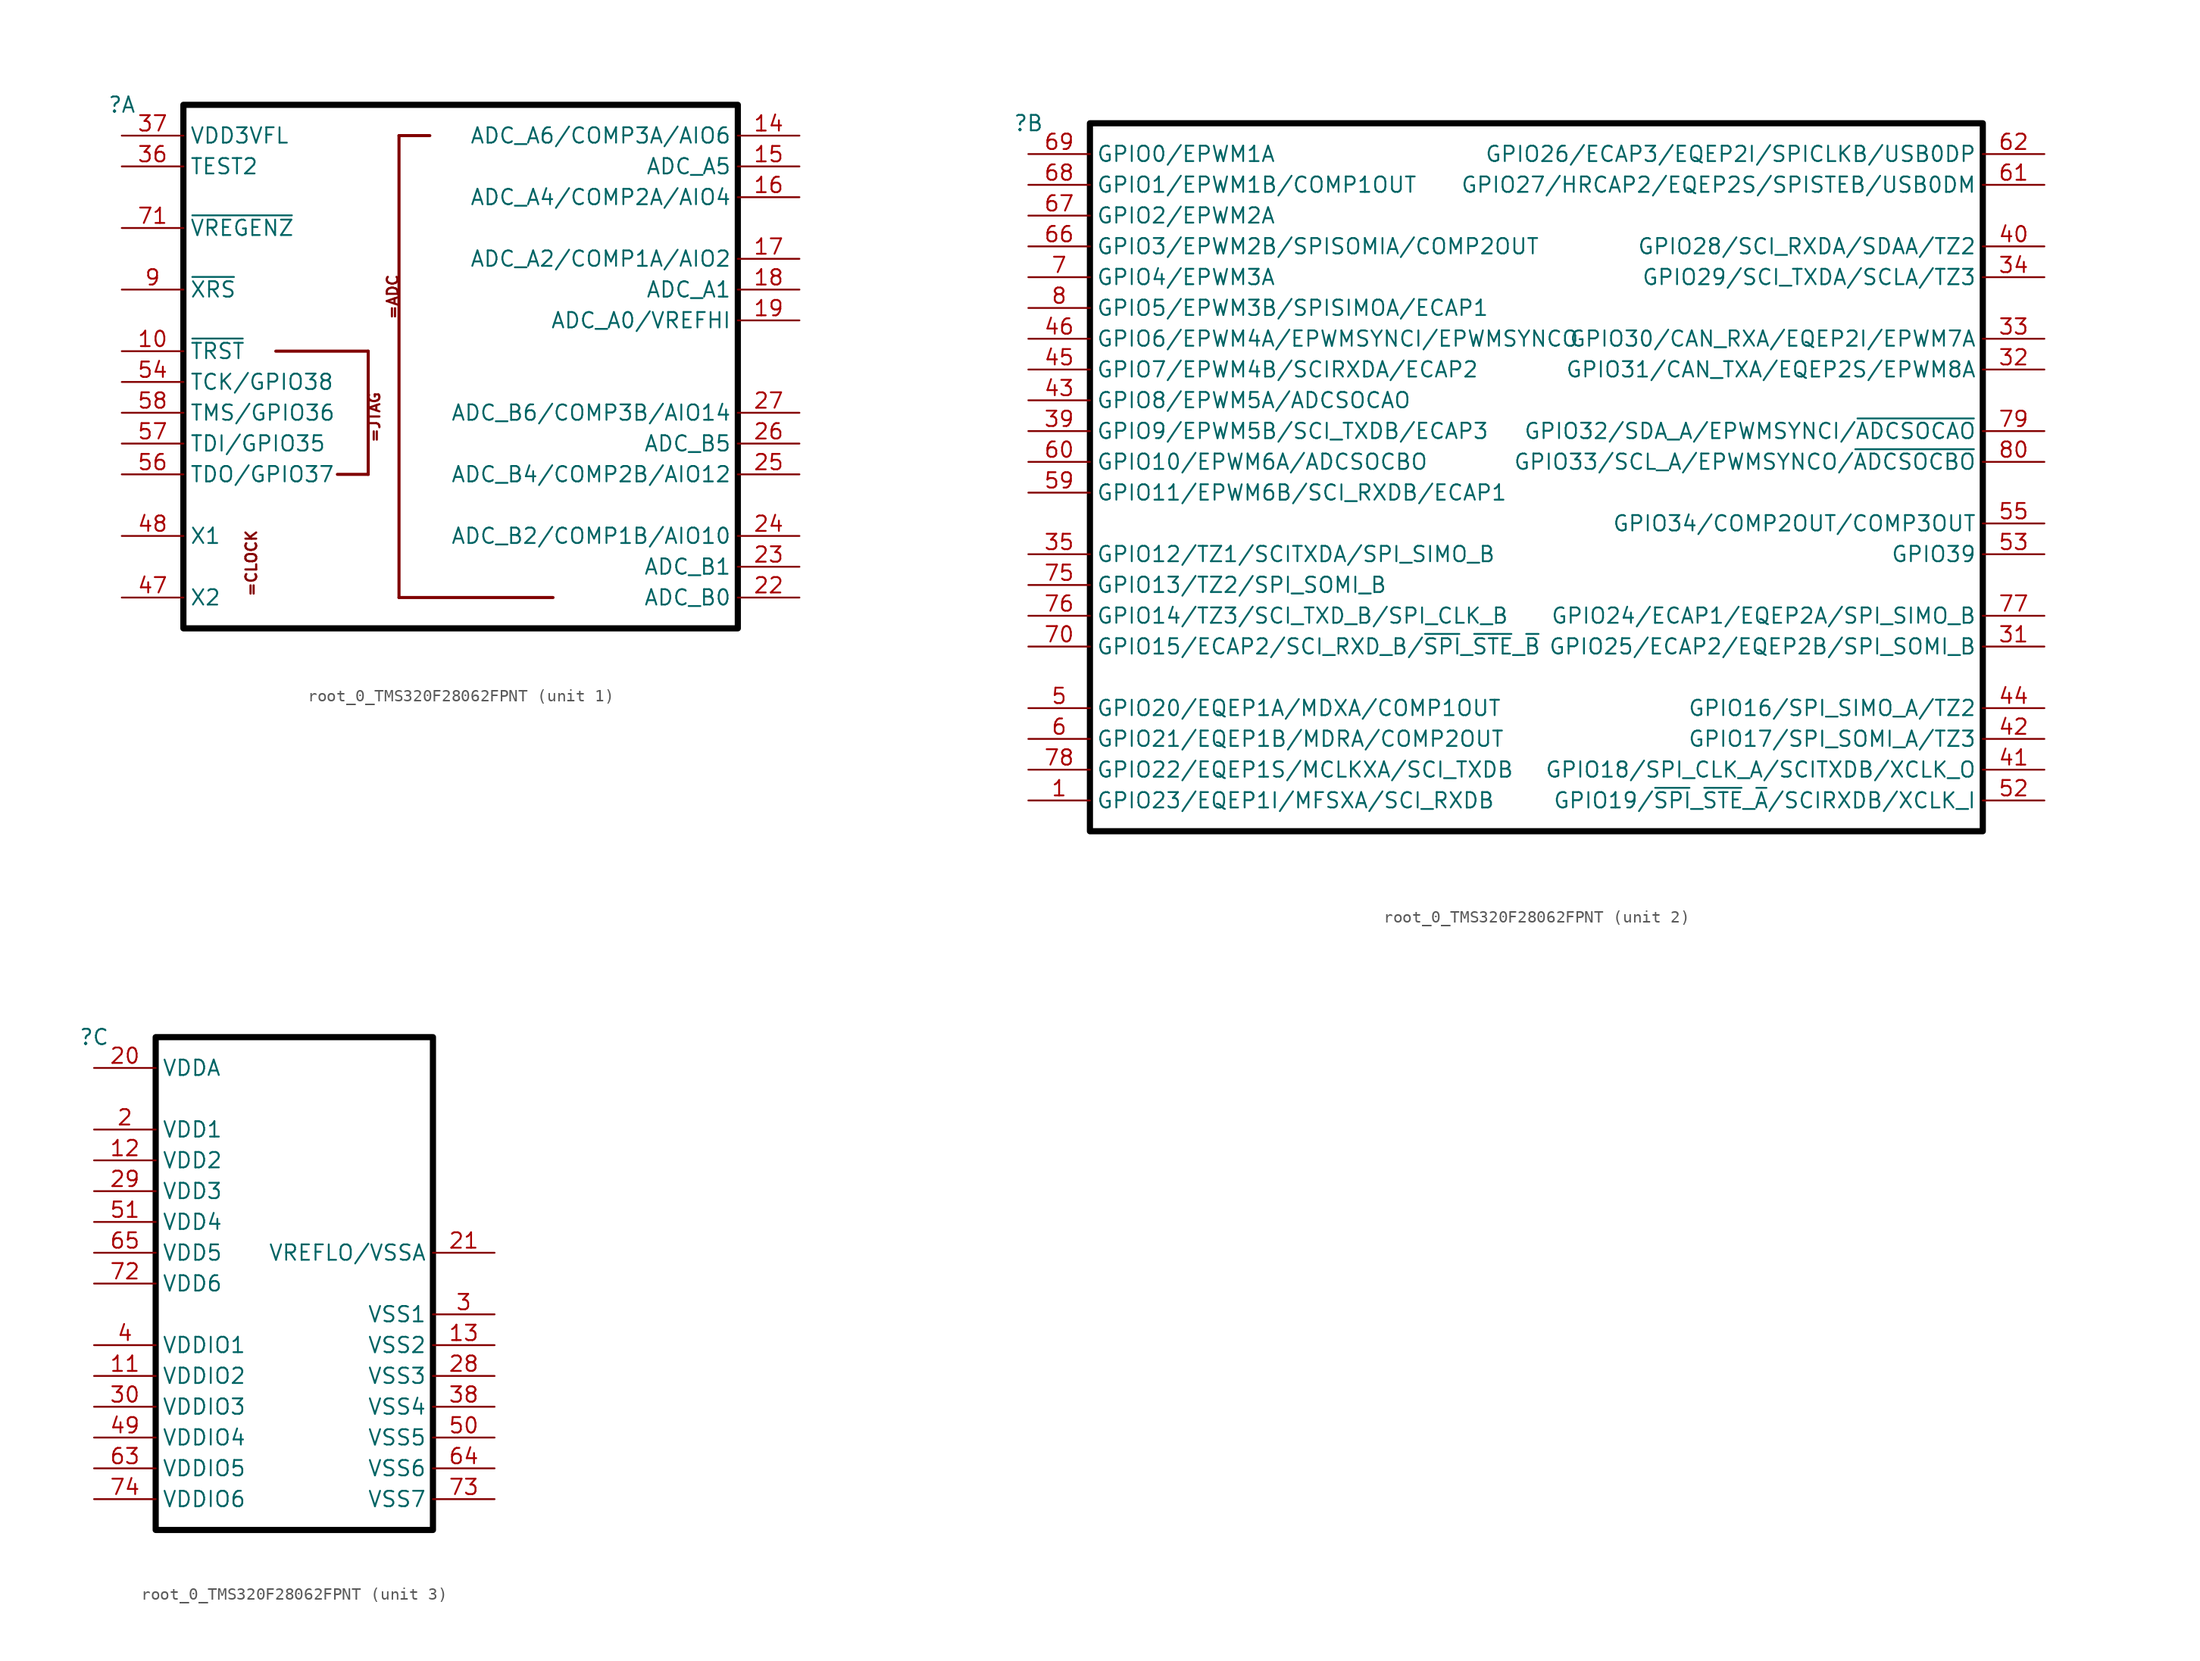
<source format=kicad_sym>
(kicad_symbol_lib
  (version 20220914)
  (generator kicad_symbol_editor)
  (symbol "root_0_TMS320F28062FPNT"
    (property "Reference" ""
      (at 0 0 0)
      (effects (font (size 1.27 1.27))))
    (property "Value" ""
      (at 0 0 0)
      (effects (font (size 1.27 1.27))))
    (symbol "root_0_TMS320F28062FPNT_1_0"
      (polyline (pts (xy 17.78 -30.48) (xy 20.32 -30.48)) (stroke (width 0.254) (type solid) (color 128 0 0 1)) (fill (type none)))
      (polyline (pts (xy 20.32 -30.48) (xy 20.32 -20.32)) (stroke (width 0.254) (type solid) (color 128 0 0 1)) (fill (type none)))
      (polyline (pts (xy 20.32 -20.32) (xy 12.7 -20.32)) (stroke (width 0.254) (type solid) (color 128 0 0 1)) (fill (type none)))
      (polyline (pts (xy 22.86 -2.54) (xy 22.86 -40.64)) (stroke (width 0.254) (type solid) (color 128 0 0 1)) (fill (type none)))
      (polyline (pts (xy 22.86 -2.54) (xy 25.4 -2.54)) (stroke (width 0.254) (type solid) (color 128 0 0 1)) (fill (type none)))
      (polyline (pts (xy 35.56 -40.64) (xy 22.86 -40.64)) (stroke (width 0.254) (type solid) (color 128 0 0 1)) (fill (type none)))
      (polyline (pts (xy 5.08 0) (xy 5.08 -43.18) (xy 50.8 -43.18) (xy 50.8 0) (xy 5.08 0)) (stroke (width 0.508) (type solid) (color 0 0 0 1)) (fill (type none)))
      (text "=ADC" (at 22.86 -17.78 900) (effects (font (size 0.889 0.889) bold) (justify left bottom)))
      (text "=CLOCK" (at 10.16 -40.64 900) (effects (font (size 0.889 0.889) bold) (justify left top)))
      (text "=JTAG" (at 20.32 -27.94 900) (effects (font (size 0.889 0.889) bold) (justify left top)))
      (pin passive line (at 0 -20.32 0) (length 5.08) (name "~{TRST}" (effects (font (size 1.27 1.27)))) (number "10" (effects (font (size 1.27 1.27)))))
      (pin passive line (at 55.88 -2.54 180) (length 5.08) (name "ADC_A6/COMP3A/AIO6" (effects (font (size 1.27 1.27)))) (number "14" (effects (font (size 1.27 1.27)))))
      (pin passive line (at 55.88 -5.08 180) (length 5.08) (name "ADC_A5" (effects (font (size 1.27 1.27)))) (number "15" (effects (font (size 1.27 1.27)))))
      (pin passive line (at 55.88 -7.62 180) (length 5.08) (name "ADC_A4/COMP2A/AIO4" (effects (font (size 1.27 1.27)))) (number "16" (effects (font (size 1.27 1.27)))))
      (pin passive line (at 55.88 -12.7 180) (length 5.08) (name "ADC_A2/COMP1A/AIO2" (effects (font (size 1.27 1.27)))) (number "17" (effects (font (size 1.27 1.27)))))
      (pin passive line (at 55.88 -15.24 180) (length 5.08) (name "ADC_A1" (effects (font (size 1.27 1.27)))) (number "18" (effects (font (size 1.27 1.27)))))
      (pin passive line (at 55.88 -17.78 180) (length 5.08) (name "ADC_A0/VREFHI" (effects (font (size 1.27 1.27)))) (number "19" (effects (font (size 1.27 1.27)))))
      (pin passive line (at 55.88 -40.64 180) (length 5.08) (name "ADC_B0" (effects (font (size 1.27 1.27)))) (number "22" (effects (font (size 1.27 1.27)))))
      (pin passive line (at 55.88 -38.1 180) (length 5.08) (name "ADC_B1" (effects (font (size 1.27 1.27)))) (number "23" (effects (font (size 1.27 1.27)))))
      (pin passive line (at 55.88 -35.56 180) (length 5.08) (name "ADC_B2/COMP1B/AIO10" (effects (font (size 1.27 1.27)))) (number "24" (effects (font (size 1.27 1.27)))))
      (pin passive line (at 55.88 -30.48 180) (length 5.08) (name "ADC_B4/COMP2B/AIO12" (effects (font (size 1.27 1.27)))) (number "25" (effects (font (size 1.27 1.27)))))
      (pin passive line (at 55.88 -27.94 180) (length 5.08) (name "ADC_B5" (effects (font (size 1.27 1.27)))) (number "26" (effects (font (size 1.27 1.27)))))
      (pin passive line (at 55.88 -25.4 180) (length 5.08) (name "ADC_B6/COMP3B/AIO14" (effects (font (size 1.27 1.27)))) (number "27" (effects (font (size 1.27 1.27)))))
      (pin output line (at 0 -5.08 0) (length 5.08) (name "TEST2" (effects (font (size 1.27 1.27)))) (number "36" (effects (font (size 1.27 1.27)))))
      (pin power_in line (at 0 -2.54 0) (length 5.08) (name "VDD3VFL" (effects (font (size 1.27 1.27)))) (number "37" (effects (font (size 1.27 1.27)))))
      (pin output line (at 0 -40.64 0) (length 5.08) (name "X2" (effects (font (size 1.27 1.27)))) (number "47" (effects (font (size 1.27 1.27)))))
      (pin passive line (at 0 -35.56 0) (length 5.08) (name "X1" (effects (font (size 1.27 1.27)))) (number "48" (effects (font (size 1.27 1.27)))))
      (pin passive line (at 0 -22.86 0) (length 5.08) (name "TCK/GPIO38" (effects (font (size 1.27 1.27)))) (number "54" (effects (font (size 1.27 1.27)))))
      (pin output line (at 0 -30.48 0) (length 5.08) (name "TDO/GPIO37" (effects (font (size 1.27 1.27)))) (number "56" (effects (font (size 1.27 1.27)))))
      (pin passive line (at 0 -27.94 0) (length 5.08) (name "TDI/GPIO35" (effects (font (size 1.27 1.27)))) (number "57" (effects (font (size 1.27 1.27)))))
      (pin passive line (at 0 -25.4 0) (length 5.08) (name "TMS/GPIO36" (effects (font (size 1.27 1.27)))) (number "58" (effects (font (size 1.27 1.27)))))
      (pin passive line (at 0 -10.16 0) (length 5.08) (name "~{VREGENZ}" (effects (font (size 1.27 1.27)))) (number "71" (effects (font (size 1.27 1.27)))))
      (pin passive line (at 0 -15.24 0) (length 5.08) (name "~{XRS}" (effects (font (size 1.27 1.27)))) (number "9" (effects (font (size 1.27 1.27))))))
    (symbol "root_0_TMS320F28062FPNT_2_0"
      (polyline (pts (xy 5.08 0) (xy 5.08 -58.42) (xy 78.74 -58.42) (xy 78.74 0) (xy 5.08 0)) (stroke (width 0.508) (type solid) (color 0 0 0 1)) (fill (type none)))
      (pin passive line (at 0 -55.88 0) (length 5.08) (name "GPIO23/EQEP1I/MFSXA/SCI_RXDB" (effects (font (size 1.27 1.27)))) (number "1" (effects (font (size 1.27 1.27)))))
      (pin passive line (at 83.82 -43.18 180) (length 5.08) (name "GPIO25/ECAP2/EQEP2B/SPI_SOMI_B" (effects (font (size 1.27 1.27)))) (number "31" (effects (font (size 1.27 1.27)))))
      (pin passive line (at 83.82 -20.32 180) (length 5.08) (name "GPIO31/CAN_TXA/EQEP2S/EPWM8A" (effects (font (size 1.27 1.27)))) (number "32" (effects (font (size 1.27 1.27)))))
      (pin passive line (at 83.82 -17.78 180) (length 5.08) (name "GPIO30/CAN_RXA/EQEP2I/EPWM7A" (effects (font (size 1.27 1.27)))) (number "33" (effects (font (size 1.27 1.27)))))
      (pin passive line (at 83.82 -12.7 180) (length 5.08) (name "GPIO29/SCI_TXDA/SCLA/TZ3" (effects (font (size 1.27 1.27)))) (number "34" (effects (font (size 1.27 1.27)))))
      (pin passive line (at 0 -35.56 0) (length 5.08) (name "GPIO12/TZ1/SCITXDA/SPI_SIMO_B" (effects (font (size 1.27 1.27)))) (number "35" (effects (font (size 1.27 1.27)))))
      (pin passive line (at 0 -25.4 0) (length 5.08) (name "GPIO9/EPWM5B/SCI_TXDB/ECAP3" (effects (font (size 1.27 1.27)))) (number "39" (effects (font (size 1.27 1.27)))))
      (pin passive line (at 83.82 -10.16 180) (length 5.08) (name "GPIO28/SCI_RXDA/SDAA/TZ2" (effects (font (size 1.27 1.27)))) (number "40" (effects (font (size 1.27 1.27)))))
      (pin passive line (at 83.82 -53.34 180) (length 5.08) (name "GPIO18/SPI_CLK_A/SCITXDB/XCLK_O" (effects (font (size 1.27 1.27)))) (number "41" (effects (font (size 1.27 1.27)))))
      (pin passive line (at 83.82 -50.8 180) (length 5.08) (name "GPIO17/SPI_SOMI_A/TZ3" (effects (font (size 1.27 1.27)))) (number "42" (effects (font (size 1.27 1.27)))))
      (pin passive line (at 0 -22.86 0) (length 5.08) (name "GPIO8/EPWM5A/ADCSOCAO" (effects (font (size 1.27 1.27)))) (number "43" (effects (font (size 1.27 1.27)))))
      (pin passive line (at 83.82 -48.26 180) (length 5.08) (name "GPIO16/SPI_SIMO_A/TZ2" (effects (font (size 1.27 1.27)))) (number "44" (effects (font (size 1.27 1.27)))))
      (pin passive line (at 0 -20.32 0) (length 5.08) (name "GPIO7/EPWM4B/SCIRXDA/ECAP2" (effects (font (size 1.27 1.27)))) (number "45" (effects (font (size 1.27 1.27)))))
      (pin passive line (at 0 -17.78 0) (length 5.08) (name "GPIO6/EPWM4A/EPWMSYNCI/EPWMSYNCO" (effects (font (size 1.27 1.27)))) (number "46" (effects (font (size 1.27 1.27)))))
      (pin passive line (at 0 -48.26 0) (length 5.08) (name "GPIO20/EQEP1A/MDXA/COMP1OUT" (effects (font (size 1.27 1.27)))) (number "5" (effects (font (size 1.27 1.27)))))
      (pin passive line (at 83.82 -55.88 180) (length 5.08) (name "GPIO19/~{SPI}_~{STE}_~{A}/SCIRXDB/XCLK_I" (effects (font (size 1.27 1.27)))) (number "52" (effects (font (size 1.27 1.27)))))
      (pin passive line (at 83.82 -35.56 180) (length 5.08) (name "GPIO39" (effects (font (size 1.27 1.27)))) (number "53" (effects (font (size 1.27 1.27)))))
      (pin passive line (at 83.82 -33.02 180) (length 5.08) (name "GPIO34/COMP2OUT/COMP3OUT" (effects (font (size 1.27 1.27)))) (number "55" (effects (font (size 1.27 1.27)))))
      (pin passive line (at 0 -30.48 0) (length 5.08) (name "GPIO11/EPWM6B/SCI_RXDB/ECAP1" (effects (font (size 1.27 1.27)))) (number "59" (effects (font (size 1.27 1.27)))))
      (pin passive line (at 0 -50.8 0) (length 5.08) (name "GPIO21/EQEP1B/MDRA/COMP2OUT" (effects (font (size 1.27 1.27)))) (number "6" (effects (font (size 1.27 1.27)))))
      (pin passive line (at 0 -27.94 0) (length 5.08) (name "GPIO10/EPWM6A/ADCSOCBO" (effects (font (size 1.27 1.27)))) (number "60" (effects (font (size 1.27 1.27)))))
      (pin passive line (at 83.82 -5.08 180) (length 5.08) (name "GPIO27/HRCAP2/EQEP2S/SPISTEB/USB0DM" (effects (font (size 1.27 1.27)))) (number "61" (effects (font (size 1.27 1.27)))))
      (pin passive line (at 83.82 -2.54 180) (length 5.08) (name "GPIO26/ECAP3/EQEP2I/SPICLKB/USB0DP" (effects (font (size 1.27 1.27)))) (number "62" (effects (font (size 1.27 1.27)))))
      (pin passive line (at 0 -10.16 0) (length 5.08) (name "GPIO3/EPWM2B/SPISOMIA/COMP2OUT" (effects (font (size 1.27 1.27)))) (number "66" (effects (font (size 1.27 1.27)))))
      (pin passive line (at 0 -7.62 0) (length 5.08) (name "GPIO2/EPWM2A" (effects (font (size 1.27 1.27)))) (number "67" (effects (font (size 1.27 1.27)))))
      (pin passive line (at 0 -5.08 0) (length 5.08) (name "GPIO1/EPWM1B/COMP1OUT" (effects (font (size 1.27 1.27)))) (number "68" (effects (font (size 1.27 1.27)))))
      (pin passive line (at 0 -2.54 0) (length 5.08) (name "GPIO0/EPWM1A" (effects (font (size 1.27 1.27)))) (number "69" (effects (font (size 1.27 1.27)))))
      (pin passive line (at 0 -12.7 0) (length 5.08) (name "GPIO4/EPWM3A" (effects (font (size 1.27 1.27)))) (number "7" (effects (font (size 1.27 1.27)))))
      (pin passive line (at 0 -43.18 0) (length 5.08) (name "GPIO15/ECAP2/SCI_RXD_B/~{SPI}_~{STE}_~{B}" (effects (font (size 1.27 1.27)))) (number "70" (effects (font (size 1.27 1.27)))))
      (pin passive line (at 0 -38.1 0) (length 5.08) (name "GPIO13/TZ2/SPI_SOMI_B" (effects (font (size 1.27 1.27)))) (number "75" (effects (font (size 1.27 1.27)))))
      (pin passive line (at 0 -40.64 0) (length 5.08) (name "GPIO14/TZ3/SCI_TXD_B/SPI_CLK_B" (effects (font (size 1.27 1.27)))) (number "76" (effects (font (size 1.27 1.27)))))
      (pin passive line (at 83.82 -40.64 180) (length 5.08) (name "GPIO24/ECAP1/EQEP2A/SPI_SIMO_B" (effects (font (size 1.27 1.27)))) (number "77" (effects (font (size 1.27 1.27)))))
      (pin passive line (at 0 -53.34 0) (length 5.08) (name "GPIO22/EQEP1S/MCLKXA/SCI_TXDB" (effects (font (size 1.27 1.27)))) (number "78" (effects (font (size 1.27 1.27)))))
      (pin passive line (at 83.82 -25.4 180) (length 5.08) (name "GPIO32/SDA_A/EPWMSYNCI/~{ADCSOCAO}" (effects (font (size 1.27 1.27)))) (number "79" (effects (font (size 1.27 1.27)))))
      (pin passive line (at 0 -15.24 0) (length 5.08) (name "GPIO5/EPWM3B/SPISIMOA/ECAP1" (effects (font (size 1.27 1.27)))) (number "8" (effects (font (size 1.27 1.27)))))
      (pin passive line (at 83.82 -27.94 180) (length 5.08) (name "GPIO33/SCL_A/EPWMSYNCO/~{ADCSOCBO}" (effects (font (size 1.27 1.27)))) (number "80" (effects (font (size 1.27 1.27))))))
    (symbol "root_0_TMS320F28062FPNT_3_0"
      (polyline (pts (xy 5.08 0) (xy 5.08 -40.64) (xy 27.94 -40.64) (xy 27.94 0) (xy 5.08 0)) (stroke (width 0.508) (type solid) (color 0 0 0 1)) (fill (type none)))
      (pin power_in line (at 0 -27.94 0) (length 5.08) (name "VDDIO2" (effects (font (size 1.27 1.27)))) (number "11" (effects (font (size 1.27 1.27)))))
      (pin power_in line (at 0 -10.16 0) (length 5.08) (name "VDD2" (effects (font (size 1.27 1.27)))) (number "12" (effects (font (size 1.27 1.27)))))
      (pin power_in line (at 33.02 -25.4 180) (length 5.08) (name "VSS2" (effects (font (size 1.27 1.27)))) (number "13" (effects (font (size 1.27 1.27)))))
      (pin power_in line (at 0 -7.62 0) (length 5.08) (name "VDD1" (effects (font (size 1.27 1.27)))) (number "2" (effects (font (size 1.27 1.27)))))
      (pin power_in line (at 0 -2.54 0) (length 5.08) (name "VDDA" (effects (font (size 1.27 1.27)))) (number "20" (effects (font (size 1.27 1.27)))))
      (pin passive line (at 33.02 -17.78 180) (length 5.08) (name "VREFLO/VSSA" (effects (font (size 1.27 1.27)))) (number "21" (effects (font (size 1.27 1.27)))))
      (pin power_in line (at 33.02 -27.94 180) (length 5.08) (name "VSS3" (effects (font (size 1.27 1.27)))) (number "28" (effects (font (size 1.27 1.27)))))
      (pin power_in line (at 0 -12.7 0) (length 5.08) (name "VDD3" (effects (font (size 1.27 1.27)))) (number "29" (effects (font (size 1.27 1.27)))))
      (pin power_in line (at 33.02 -22.86 180) (length 5.08) (name "VSS1" (effects (font (size 1.27 1.27)))) (number "3" (effects (font (size 1.27 1.27)))))
      (pin power_in line (at 0 -30.48 0) (length 5.08) (name "VDDIO3" (effects (font (size 1.27 1.27)))) (number "30" (effects (font (size 1.27 1.27)))))
      (pin power_in line (at 33.02 -30.48 180) (length 5.08) (name "VSS4" (effects (font (size 1.27 1.27)))) (number "38" (effects (font (size 1.27 1.27)))))
      (pin power_in line (at 0 -25.4 0) (length 5.08) (name "VDDIO1" (effects (font (size 1.27 1.27)))) (number "4" (effects (font (size 1.27 1.27)))))
      (pin power_in line (at 0 -33.02 0) (length 5.08) (name "VDDIO4" (effects (font (size 1.27 1.27)))) (number "49" (effects (font (size 1.27 1.27)))))
      (pin power_in line (at 33.02 -33.02 180) (length 5.08) (name "VSS5" (effects (font (size 1.27 1.27)))) (number "50" (effects (font (size 1.27 1.27)))))
      (pin power_in line (at 0 -15.24 0) (length 5.08) (name "VDD4" (effects (font (size 1.27 1.27)))) (number "51" (effects (font (size 1.27 1.27)))))
      (pin power_in line (at 0 -35.56 0) (length 5.08) (name "VDDIO5" (effects (font (size 1.27 1.27)))) (number "63" (effects (font (size 1.27 1.27)))))
      (pin power_in line (at 33.02 -35.56 180) (length 5.08) (name "VSS6" (effects (font (size 1.27 1.27)))) (number "64" (effects (font (size 1.27 1.27)))))
      (pin power_in line (at 0 -17.78 0) (length 5.08) (name "VDD5" (effects (font (size 1.27 1.27)))) (number "65" (effects (font (size 1.27 1.27)))))
      (pin power_in line (at 0 -20.32 0) (length 5.08) (name "VDD6" (effects (font (size 1.27 1.27)))) (number "72" (effects (font (size 1.27 1.27)))))
      (pin power_in line (at 33.02 -38.1 180) (length 5.08) (name "VSS7" (effects (font (size 1.27 1.27)))) (number "73" (effects (font (size 1.27 1.27)))))
      (pin power_in line (at 0 -38.1 0) (length 5.08) (name "VDDIO6" (effects (font (size 1.27 1.27)))) (number "74" (effects (font (size 1.27 1.27))))))))
</source>
